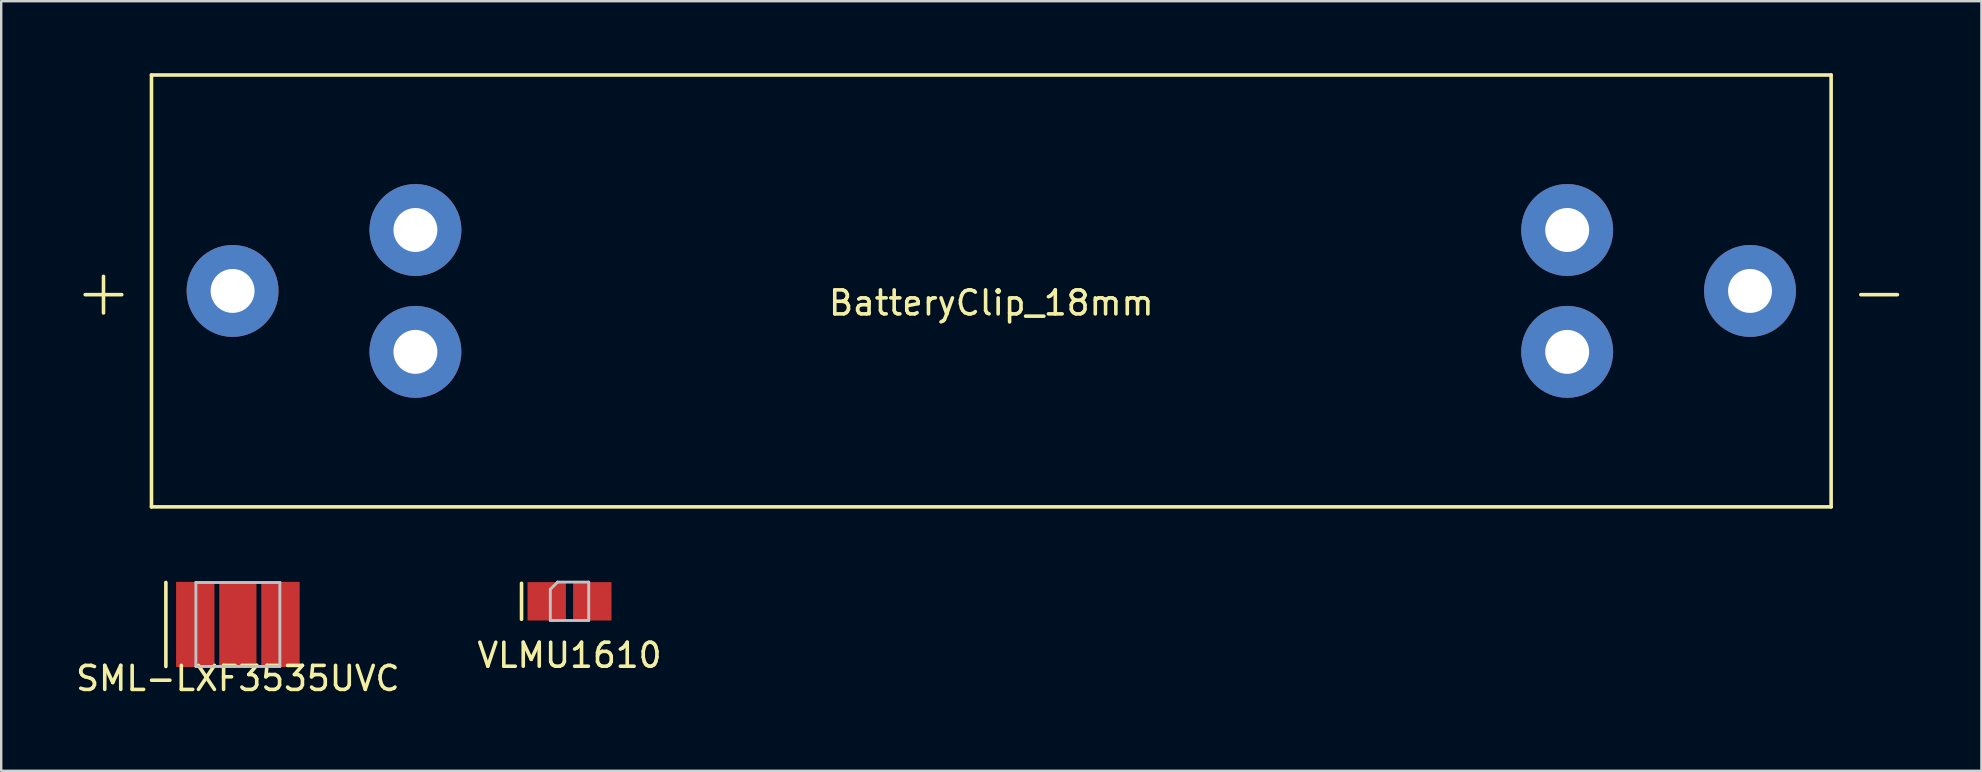
<source format=kicad_pcb>
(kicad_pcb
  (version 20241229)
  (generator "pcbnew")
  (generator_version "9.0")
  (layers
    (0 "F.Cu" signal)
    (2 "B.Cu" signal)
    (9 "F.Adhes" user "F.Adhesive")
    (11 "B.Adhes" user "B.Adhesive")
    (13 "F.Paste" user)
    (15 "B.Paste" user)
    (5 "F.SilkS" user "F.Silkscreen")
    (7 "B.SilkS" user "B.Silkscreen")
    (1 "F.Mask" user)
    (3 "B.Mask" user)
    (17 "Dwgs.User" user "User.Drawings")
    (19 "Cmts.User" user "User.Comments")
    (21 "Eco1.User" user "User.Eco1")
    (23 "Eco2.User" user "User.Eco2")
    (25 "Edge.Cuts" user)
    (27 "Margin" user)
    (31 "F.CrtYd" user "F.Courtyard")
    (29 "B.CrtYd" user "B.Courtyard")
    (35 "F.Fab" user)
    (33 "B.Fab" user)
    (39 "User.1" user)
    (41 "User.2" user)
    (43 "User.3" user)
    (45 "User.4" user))
  (footprint "VLMU1610"
    (layer "F.Cu")
    (at 20.685 22.01)
    (property "Reference" "VLMU1610" (at 0 2.25 0) (layer "F.SilkS") (effects (font (size 1 1) (thickness 0.15))))
    (attr through_hole)
    (fp_line (start -2 -0.75) (end -2 0.75) (stroke (width 0.15) (type solid)) (layer "F.SilkS"))
    (fp_line (start -0.8 -0.5) (end -0.8 0.8) (stroke (width 0.12) (type solid)) (layer "Dwgs.User"))
    (fp_line (start -0.8 -0.5) (end -0.5 -0.8) (stroke (width 0.12) (type solid)) (layer "Dwgs.User"))
    (fp_line (start -0.8 0.8) (end 0.8 0.8) (stroke (width 0.12) (type solid)) (layer "Dwgs.User"))
    (fp_line (start 0.8 -0.8) (end -0.5 -0.8) (stroke (width 0.12) (type solid)) (layer "Dwgs.User"))
    (fp_line (start 0.8 0.8) (end 0.8 -0.8) (stroke (width 0.12) (type solid)) (layer "Dwgs.User"))
    (pad "1" smd rect (at -0.95 0) (size 1.6 1.6) (layers "F.Cu" "F.Mask" "F.Paste"))
    (pad "2" smd rect (at 0.95 0) (size 1.6 1.6) (layers "F.Cu" "F.Mask" "F.Paste")))
  (footprint "BatteryClip_18mm"
    (layer "F.Cu")
    (at 38.263 9.075)
    (property "Reference" "BatteryClip_18mm" (at 0 0.5 0) (layer "F.SilkS") (effects (font (size 1 1) (thickness 0.15))))
    (attr through_hole)
    (fp_line (start -35 -9) (end -35 9) (stroke (width 0.15) (type solid)) (layer "F.SilkS"))
    (fp_line (start -35 -9) (end 35 -9) (stroke (width 0.15) (type solid)) (layer "F.SilkS"))
    (fp_line (start -35 9) (end 35 9) (stroke (width 0.15) (type solid)) (layer "F.SilkS"))
    (fp_line (start 35 9) (end 35 -9) (stroke (width 0.15) (type solid)) (layer "F.SilkS"))
    (fp_text user "-" (at 37 0 0) (layer "F.SilkS") (effects (font (size 2 2) (thickness 0.15))))
    (fp_text user "+" (at -37 0 0) (layer "F.SilkS") (effects (font (size 2 2) (thickness 0.15))))
    (pad "1" thru_hole circle (at -31.62 0) (size 3.83 3.83) (drill 1.83) (layers "*.Cu" "*.Mask"))
    (pad "1" thru_hole circle (at -24 -2.54) (size 3.83 3.83) (drill 1.83) (layers "*.Cu" "*.Mask"))
    (pad "1" thru_hole circle (at -24 2.54) (size 3.83 3.83) (drill 1.83) (layers "*.Cu" "*.Mask"))
    (pad "2" thru_hole circle (at 24 -2.54 180) (size 3.83 3.83) (drill 1.83) (layers "*.Cu" "*.Mask"))
    (pad "2" thru_hole circle (at 24 2.54 180) (size 3.83 3.83) (drill 1.83) (layers "*.Cu" "*.Mask"))
    (pad "2" thru_hole circle (at 31.62 0 180) (size 3.83 3.83) (drill 1.83) (layers "*.Cu" "*.Mask")))
  (footprint "SML-LXF3535UVC"
    (layer "F.Cu")
    (at 6.863 22.975)
    (property "Reference" "SML-LXF3535UVC" (at 0 2.25 0) (layer "F.SilkS") (effects (font (size 1 1) (thickness 0.15))))
    (attr through_hole)
    (fp_line (start -3 -1.75) (end -3 1.75) (stroke (width 0.15) (type solid)) (layer "F.SilkS"))
    (fp_line (start -1.75 -1.75) (end -1.75 1.75) (stroke (width 0.12) (type solid)) (layer "Dwgs.User"))
    (fp_line (start -1.75 1.75) (end 1.75 1.75) (stroke (width 0.12) (type solid)) (layer "Dwgs.User"))
    (fp_line (start 1.75 -1.75) (end -1.75 -1.75) (stroke (width 0.12) (type solid)) (layer "Dwgs.User"))
    (fp_line (start 1.75 1.75) (end 1.75 -1.75) (stroke (width 0.12) (type solid)) (layer "Dwgs.User"))
    (pad "1" smd rect (at -1.775 0) (size 1.6 3.55) (layers "F.Cu" "F.Mask" "F.Paste"))
    (pad "2" smd rect (at 1.775 0) (size 1.6 3.55) (layers "F.Cu" "F.Mask" "F.Paste"))
    (pad "3" smd rect (at 0 0) (size 1.55 3.55) (layers "F.Cu" "F.Mask" "F.Paste")))
  (gr_rect
    (start -3 -3)
    (end 79.526 29.073)
    (stroke (width 0.1) (type default))
    (fill no)
    (layer "Edge.Cuts")))
</source>
